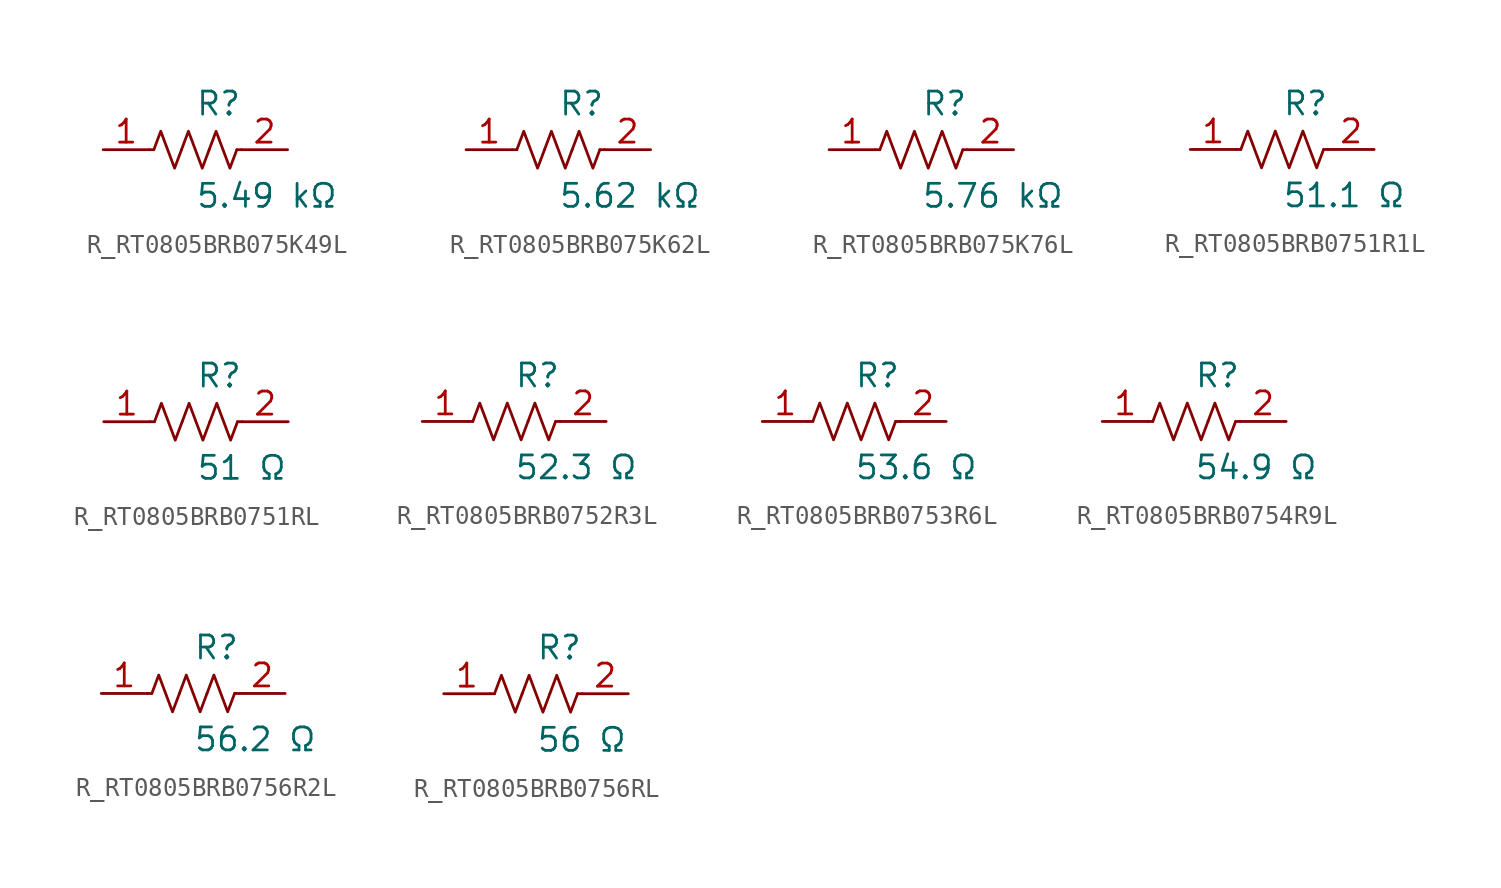
<source format=kicad_sym>
(kicad_symbol_lib
  (version 20231120)
  (generator kicad_symbol_editor)
  (generator_version 8.0)
  (symbol "R_RT0805BRB075K49L"
    (pin_names
      (offset 0.254))
    (property "Reference" "R"
      (at 0.0 2.54 0)
      (effects (font (size 1.27 1.27)) (justify left)))
    (property "Value" "5.49 kΩ"
      (at 0.0 -2.54 0)
      (effects (font (size 1.27 1.27)) (justify left)))
    (symbol "R_RT0805BRB075K49L_0_1"
      (polyline (pts (xy 2.286 0) (xy 2.54 0)) (stroke (width 0) (type default)) (fill (type none)))
      (polyline (pts (xy -2.286 0) (xy -2.54 0)) (stroke (width 0) (type default)) (fill (type none)))
      (polyline (pts (xy 0.762 0) (xy 1.143 1.016) (xy 1.524 0) (xy 1.905 -1.016) (xy 2.286 0)) (stroke (width 0) (type default)) (fill (type none)))
      (polyline (pts (xy -0.762 0) (xy -0.381 1.016) (xy 0 0) (xy 0.381 -1.016) (xy 0.762 0)) (stroke (width 0) (type default)) (fill (type none)))
      (polyline (pts (xy -2.286 0) (xy -1.905 1.016) (xy -1.524 0) (xy -1.143 -1.016) (xy -0.762 0)) (stroke (width 0) (type default)) (fill (type none))))
    (pin unspecified line
      (at -5.08 0 0)
      (length 2.54)
      (name "" (effects (font (size 1.27 1.27))))
      (number "1" (effects (font (size 1.27 1.27)))))
    (pin unspecified line
      (at 5.08 0 180)
      (length 2.54)
      (name "" (effects (font (size 1.27 1.27))))
      (number "2" (effects (font (size 1.27 1.27))))))
  (symbol "R_RT0805BRB075K62L"
    (pin_names
      (offset 0.254))
    (property "Reference" "R"
      (at 0.0 2.54 0)
      (effects (font (size 1.27 1.27)) (justify left)))
    (property "Value" "5.62 kΩ"
      (at 0.0 -2.54 0)
      (effects (font (size 1.27 1.27)) (justify left)))
    (symbol "R_RT0805BRB075K62L_0_1"
      (polyline (pts (xy 2.286 0) (xy 2.54 0)) (stroke (width 0) (type default)) (fill (type none)))
      (polyline (pts (xy -2.286 0) (xy -2.54 0)) (stroke (width 0) (type default)) (fill (type none)))
      (polyline (pts (xy 0.762 0) (xy 1.143 1.016) (xy 1.524 0) (xy 1.905 -1.016) (xy 2.286 0)) (stroke (width 0) (type default)) (fill (type none)))
      (polyline (pts (xy -0.762 0) (xy -0.381 1.016) (xy 0 0) (xy 0.381 -1.016) (xy 0.762 0)) (stroke (width 0) (type default)) (fill (type none)))
      (polyline (pts (xy -2.286 0) (xy -1.905 1.016) (xy -1.524 0) (xy -1.143 -1.016) (xy -0.762 0)) (stroke (width 0) (type default)) (fill (type none))))
    (pin unspecified line
      (at -5.08 0 0)
      (length 2.54)
      (name "" (effects (font (size 1.27 1.27))))
      (number "1" (effects (font (size 1.27 1.27)))))
    (pin unspecified line
      (at 5.08 0 180)
      (length 2.54)
      (name "" (effects (font (size 1.27 1.27))))
      (number "2" (effects (font (size 1.27 1.27))))))
  (symbol "R_RT0805BRB075K76L"
    (pin_names
      (offset 0.254))
    (property "Reference" "R"
      (at 0.0 2.54 0)
      (effects (font (size 1.27 1.27)) (justify left)))
    (property "Value" "5.76 kΩ"
      (at 0.0 -2.54 0)
      (effects (font (size 1.27 1.27)) (justify left)))
    (symbol "R_RT0805BRB075K76L_0_1"
      (polyline (pts (xy 2.286 0) (xy 2.54 0)) (stroke (width 0) (type default)) (fill (type none)))
      (polyline (pts (xy -2.286 0) (xy -2.54 0)) (stroke (width 0) (type default)) (fill (type none)))
      (polyline (pts (xy 0.762 0) (xy 1.143 1.016) (xy 1.524 0) (xy 1.905 -1.016) (xy 2.286 0)) (stroke (width 0) (type default)) (fill (type none)))
      (polyline (pts (xy -0.762 0) (xy -0.381 1.016) (xy 0 0) (xy 0.381 -1.016) (xy 0.762 0)) (stroke (width 0) (type default)) (fill (type none)))
      (polyline (pts (xy -2.286 0) (xy -1.905 1.016) (xy -1.524 0) (xy -1.143 -1.016) (xy -0.762 0)) (stroke (width 0) (type default)) (fill (type none))))
    (pin unspecified line
      (at -5.08 0 0)
      (length 2.54)
      (name "" (effects (font (size 1.27 1.27))))
      (number "1" (effects (font (size 1.27 1.27)))))
    (pin unspecified line
      (at 5.08 0 180)
      (length 2.54)
      (name "" (effects (font (size 1.27 1.27))))
      (number "2" (effects (font (size 1.27 1.27))))))
  (symbol "R_RT0805BRB0751R1L"
    (pin_names
      (offset 0.254))
    (property "Reference" "R"
      (at 0.0 2.54 0)
      (effects (font (size 1.27 1.27)) (justify left)))
    (property "Value" "51.1 Ω"
      (at 0.0 -2.54 0)
      (effects (font (size 1.27 1.27)) (justify left)))
    (symbol "R_RT0805BRB0751R1L_0_1"
      (polyline (pts (xy 2.286 0) (xy 2.54 0)) (stroke (width 0) (type default)) (fill (type none)))
      (polyline (pts (xy -2.286 0) (xy -2.54 0)) (stroke (width 0) (type default)) (fill (type none)))
      (polyline (pts (xy 0.762 0) (xy 1.143 1.016) (xy 1.524 0) (xy 1.905 -1.016) (xy 2.286 0)) (stroke (width 0) (type default)) (fill (type none)))
      (polyline (pts (xy -0.762 0) (xy -0.381 1.016) (xy 0 0) (xy 0.381 -1.016) (xy 0.762 0)) (stroke (width 0) (type default)) (fill (type none)))
      (polyline (pts (xy -2.286 0) (xy -1.905 1.016) (xy -1.524 0) (xy -1.143 -1.016) (xy -0.762 0)) (stroke (width 0) (type default)) (fill (type none))))
    (pin unspecified line
      (at -5.08 0 0)
      (length 2.54)
      (name "" (effects (font (size 1.27 1.27))))
      (number "1" (effects (font (size 1.27 1.27)))))
    (pin unspecified line
      (at 5.08 0 180)
      (length 2.54)
      (name "" (effects (font (size 1.27 1.27))))
      (number "2" (effects (font (size 1.27 1.27))))))
  (symbol "R_RT0805BRB0751RL"
    (pin_names
      (offset 0.254))
    (property "Reference" "R"
      (at 0.0 2.54 0)
      (effects (font (size 1.27 1.27)) (justify left)))
    (property "Value" "51 Ω"
      (at 0.0 -2.54 0)
      (effects (font (size 1.27 1.27)) (justify left)))
    (symbol "R_RT0805BRB0751RL_0_1"
      (polyline (pts (xy 2.286 0) (xy 2.54 0)) (stroke (width 0) (type default)) (fill (type none)))
      (polyline (pts (xy -2.286 0) (xy -2.54 0)) (stroke (width 0) (type default)) (fill (type none)))
      (polyline (pts (xy 0.762 0) (xy 1.143 1.016) (xy 1.524 0) (xy 1.905 -1.016) (xy 2.286 0)) (stroke (width 0) (type default)) (fill (type none)))
      (polyline (pts (xy -0.762 0) (xy -0.381 1.016) (xy 0 0) (xy 0.381 -1.016) (xy 0.762 0)) (stroke (width 0) (type default)) (fill (type none)))
      (polyline (pts (xy -2.286 0) (xy -1.905 1.016) (xy -1.524 0) (xy -1.143 -1.016) (xy -0.762 0)) (stroke (width 0) (type default)) (fill (type none))))
    (pin unspecified line
      (at -5.08 0 0)
      (length 2.54)
      (name "" (effects (font (size 1.27 1.27))))
      (number "1" (effects (font (size 1.27 1.27)))))
    (pin unspecified line
      (at 5.08 0 180)
      (length 2.54)
      (name "" (effects (font (size 1.27 1.27))))
      (number "2" (effects (font (size 1.27 1.27))))))
  (symbol "R_RT0805BRB0752R3L"
    (pin_names
      (offset 0.254))
    (property "Reference" "R"
      (at 0.0 2.54 0)
      (effects (font (size 1.27 1.27)) (justify left)))
    (property "Value" "52.3 Ω"
      (at 0.0 -2.54 0)
      (effects (font (size 1.27 1.27)) (justify left)))
    (symbol "R_RT0805BRB0752R3L_0_1"
      (polyline (pts (xy 2.286 0) (xy 2.54 0)) (stroke (width 0) (type default)) (fill (type none)))
      (polyline (pts (xy -2.286 0) (xy -2.54 0)) (stroke (width 0) (type default)) (fill (type none)))
      (polyline (pts (xy 0.762 0) (xy 1.143 1.016) (xy 1.524 0) (xy 1.905 -1.016) (xy 2.286 0)) (stroke (width 0) (type default)) (fill (type none)))
      (polyline (pts (xy -0.762 0) (xy -0.381 1.016) (xy 0 0) (xy 0.381 -1.016) (xy 0.762 0)) (stroke (width 0) (type default)) (fill (type none)))
      (polyline (pts (xy -2.286 0) (xy -1.905 1.016) (xy -1.524 0) (xy -1.143 -1.016) (xy -0.762 0)) (stroke (width 0) (type default)) (fill (type none))))
    (pin unspecified line
      (at -5.08 0 0)
      (length 2.54)
      (name "" (effects (font (size 1.27 1.27))))
      (number "1" (effects (font (size 1.27 1.27)))))
    (pin unspecified line
      (at 5.08 0 180)
      (length 2.54)
      (name "" (effects (font (size 1.27 1.27))))
      (number "2" (effects (font (size 1.27 1.27))))))
  (symbol "R_RT0805BRB0753R6L"
    (pin_names
      (offset 0.254))
    (property "Reference" "R"
      (at 0.0 2.54 0)
      (effects (font (size 1.27 1.27)) (justify left)))
    (property "Value" "53.6 Ω"
      (at 0.0 -2.54 0)
      (effects (font (size 1.27 1.27)) (justify left)))
    (symbol "R_RT0805BRB0753R6L_0_1"
      (polyline (pts (xy 2.286 0) (xy 2.54 0)) (stroke (width 0) (type default)) (fill (type none)))
      (polyline (pts (xy -2.286 0) (xy -2.54 0)) (stroke (width 0) (type default)) (fill (type none)))
      (polyline (pts (xy 0.762 0) (xy 1.143 1.016) (xy 1.524 0) (xy 1.905 -1.016) (xy 2.286 0)) (stroke (width 0) (type default)) (fill (type none)))
      (polyline (pts (xy -0.762 0) (xy -0.381 1.016) (xy 0 0) (xy 0.381 -1.016) (xy 0.762 0)) (stroke (width 0) (type default)) (fill (type none)))
      (polyline (pts (xy -2.286 0) (xy -1.905 1.016) (xy -1.524 0) (xy -1.143 -1.016) (xy -0.762 0)) (stroke (width 0) (type default)) (fill (type none))))
    (pin unspecified line
      (at -5.08 0 0)
      (length 2.54)
      (name "" (effects (font (size 1.27 1.27))))
      (number "1" (effects (font (size 1.27 1.27)))))
    (pin unspecified line
      (at 5.08 0 180)
      (length 2.54)
      (name "" (effects (font (size 1.27 1.27))))
      (number "2" (effects (font (size 1.27 1.27))))))
  (symbol "R_RT0805BRB0754R9L"
    (pin_names
      (offset 0.254))
    (property "Reference" "R"
      (at 0.0 2.54 0)
      (effects (font (size 1.27 1.27)) (justify left)))
    (property "Value" "54.9 Ω"
      (at 0.0 -2.54 0)
      (effects (font (size 1.27 1.27)) (justify left)))
    (symbol "R_RT0805BRB0754R9L_0_1"
      (polyline (pts (xy 2.286 0) (xy 2.54 0)) (stroke (width 0) (type default)) (fill (type none)))
      (polyline (pts (xy -2.286 0) (xy -2.54 0)) (stroke (width 0) (type default)) (fill (type none)))
      (polyline (pts (xy 0.762 0) (xy 1.143 1.016) (xy 1.524 0) (xy 1.905 -1.016) (xy 2.286 0)) (stroke (width 0) (type default)) (fill (type none)))
      (polyline (pts (xy -0.762 0) (xy -0.381 1.016) (xy 0 0) (xy 0.381 -1.016) (xy 0.762 0)) (stroke (width 0) (type default)) (fill (type none)))
      (polyline (pts (xy -2.286 0) (xy -1.905 1.016) (xy -1.524 0) (xy -1.143 -1.016) (xy -0.762 0)) (stroke (width 0) (type default)) (fill (type none))))
    (pin unspecified line
      (at -5.08 0 0)
      (length 2.54)
      (name "" (effects (font (size 1.27 1.27))))
      (number "1" (effects (font (size 1.27 1.27)))))
    (pin unspecified line
      (at 5.08 0 180)
      (length 2.54)
      (name "" (effects (font (size 1.27 1.27))))
      (number "2" (effects (font (size 1.27 1.27))))))
  (symbol "R_RT0805BRB0756R2L"
    (pin_names
      (offset 0.254))
    (property "Reference" "R"
      (at 0.0 2.54 0)
      (effects (font (size 1.27 1.27)) (justify left)))
    (property "Value" "56.2 Ω"
      (at 0.0 -2.54 0)
      (effects (font (size 1.27 1.27)) (justify left)))
    (symbol "R_RT0805BRB0756R2L_0_1"
      (polyline (pts (xy 2.286 0) (xy 2.54 0)) (stroke (width 0) (type default)) (fill (type none)))
      (polyline (pts (xy -2.286 0) (xy -2.54 0)) (stroke (width 0) (type default)) (fill (type none)))
      (polyline (pts (xy 0.762 0) (xy 1.143 1.016) (xy 1.524 0) (xy 1.905 -1.016) (xy 2.286 0)) (stroke (width 0) (type default)) (fill (type none)))
      (polyline (pts (xy -0.762 0) (xy -0.381 1.016) (xy 0 0) (xy 0.381 -1.016) (xy 0.762 0)) (stroke (width 0) (type default)) (fill (type none)))
      (polyline (pts (xy -2.286 0) (xy -1.905 1.016) (xy -1.524 0) (xy -1.143 -1.016) (xy -0.762 0)) (stroke (width 0) (type default)) (fill (type none))))
    (pin unspecified line
      (at -5.08 0 0)
      (length 2.54)
      (name "" (effects (font (size 1.27 1.27))))
      (number "1" (effects (font (size 1.27 1.27)))))
    (pin unspecified line
      (at 5.08 0 180)
      (length 2.54)
      (name "" (effects (font (size 1.27 1.27))))
      (number "2" (effects (font (size 1.27 1.27))))))
  (symbol "R_RT0805BRB0756RL"
    (pin_names
      (offset 0.254))
    (property "Reference" "R"
      (at 0.0 2.54 0)
      (effects (font (size 1.27 1.27)) (justify left)))
    (property "Value" "56 Ω"
      (at 0.0 -2.54 0)
      (effects (font (size 1.27 1.27)) (justify left)))
    (symbol "R_RT0805BRB0756RL_0_1"
      (polyline (pts (xy 2.286 0) (xy 2.54 0)) (stroke (width 0) (type default)) (fill (type none)))
      (polyline (pts (xy -2.286 0) (xy -2.54 0)) (stroke (width 0) (type default)) (fill (type none)))
      (polyline (pts (xy 0.762 0) (xy 1.143 1.016) (xy 1.524 0) (xy 1.905 -1.016) (xy 2.286 0)) (stroke (width 0) (type default)) (fill (type none)))
      (polyline (pts (xy -0.762 0) (xy -0.381 1.016) (xy 0 0) (xy 0.381 -1.016) (xy 0.762 0)) (stroke (width 0) (type default)) (fill (type none)))
      (polyline (pts (xy -2.286 0) (xy -1.905 1.016) (xy -1.524 0) (xy -1.143 -1.016) (xy -0.762 0)) (stroke (width 0) (type default)) (fill (type none))))
    (pin unspecified line
      (at -5.08 0 0)
      (length 2.54)
      (name "" (effects (font (size 1.27 1.27))))
      (number "1" (effects (font (size 1.27 1.27)))))
    (pin unspecified line
      (at 5.08 0 180)
      (length 2.54)
      (name "" (effects (font (size 1.27 1.27))))
      (number "2" (effects (font (size 1.27 1.27)))))))
</source>
